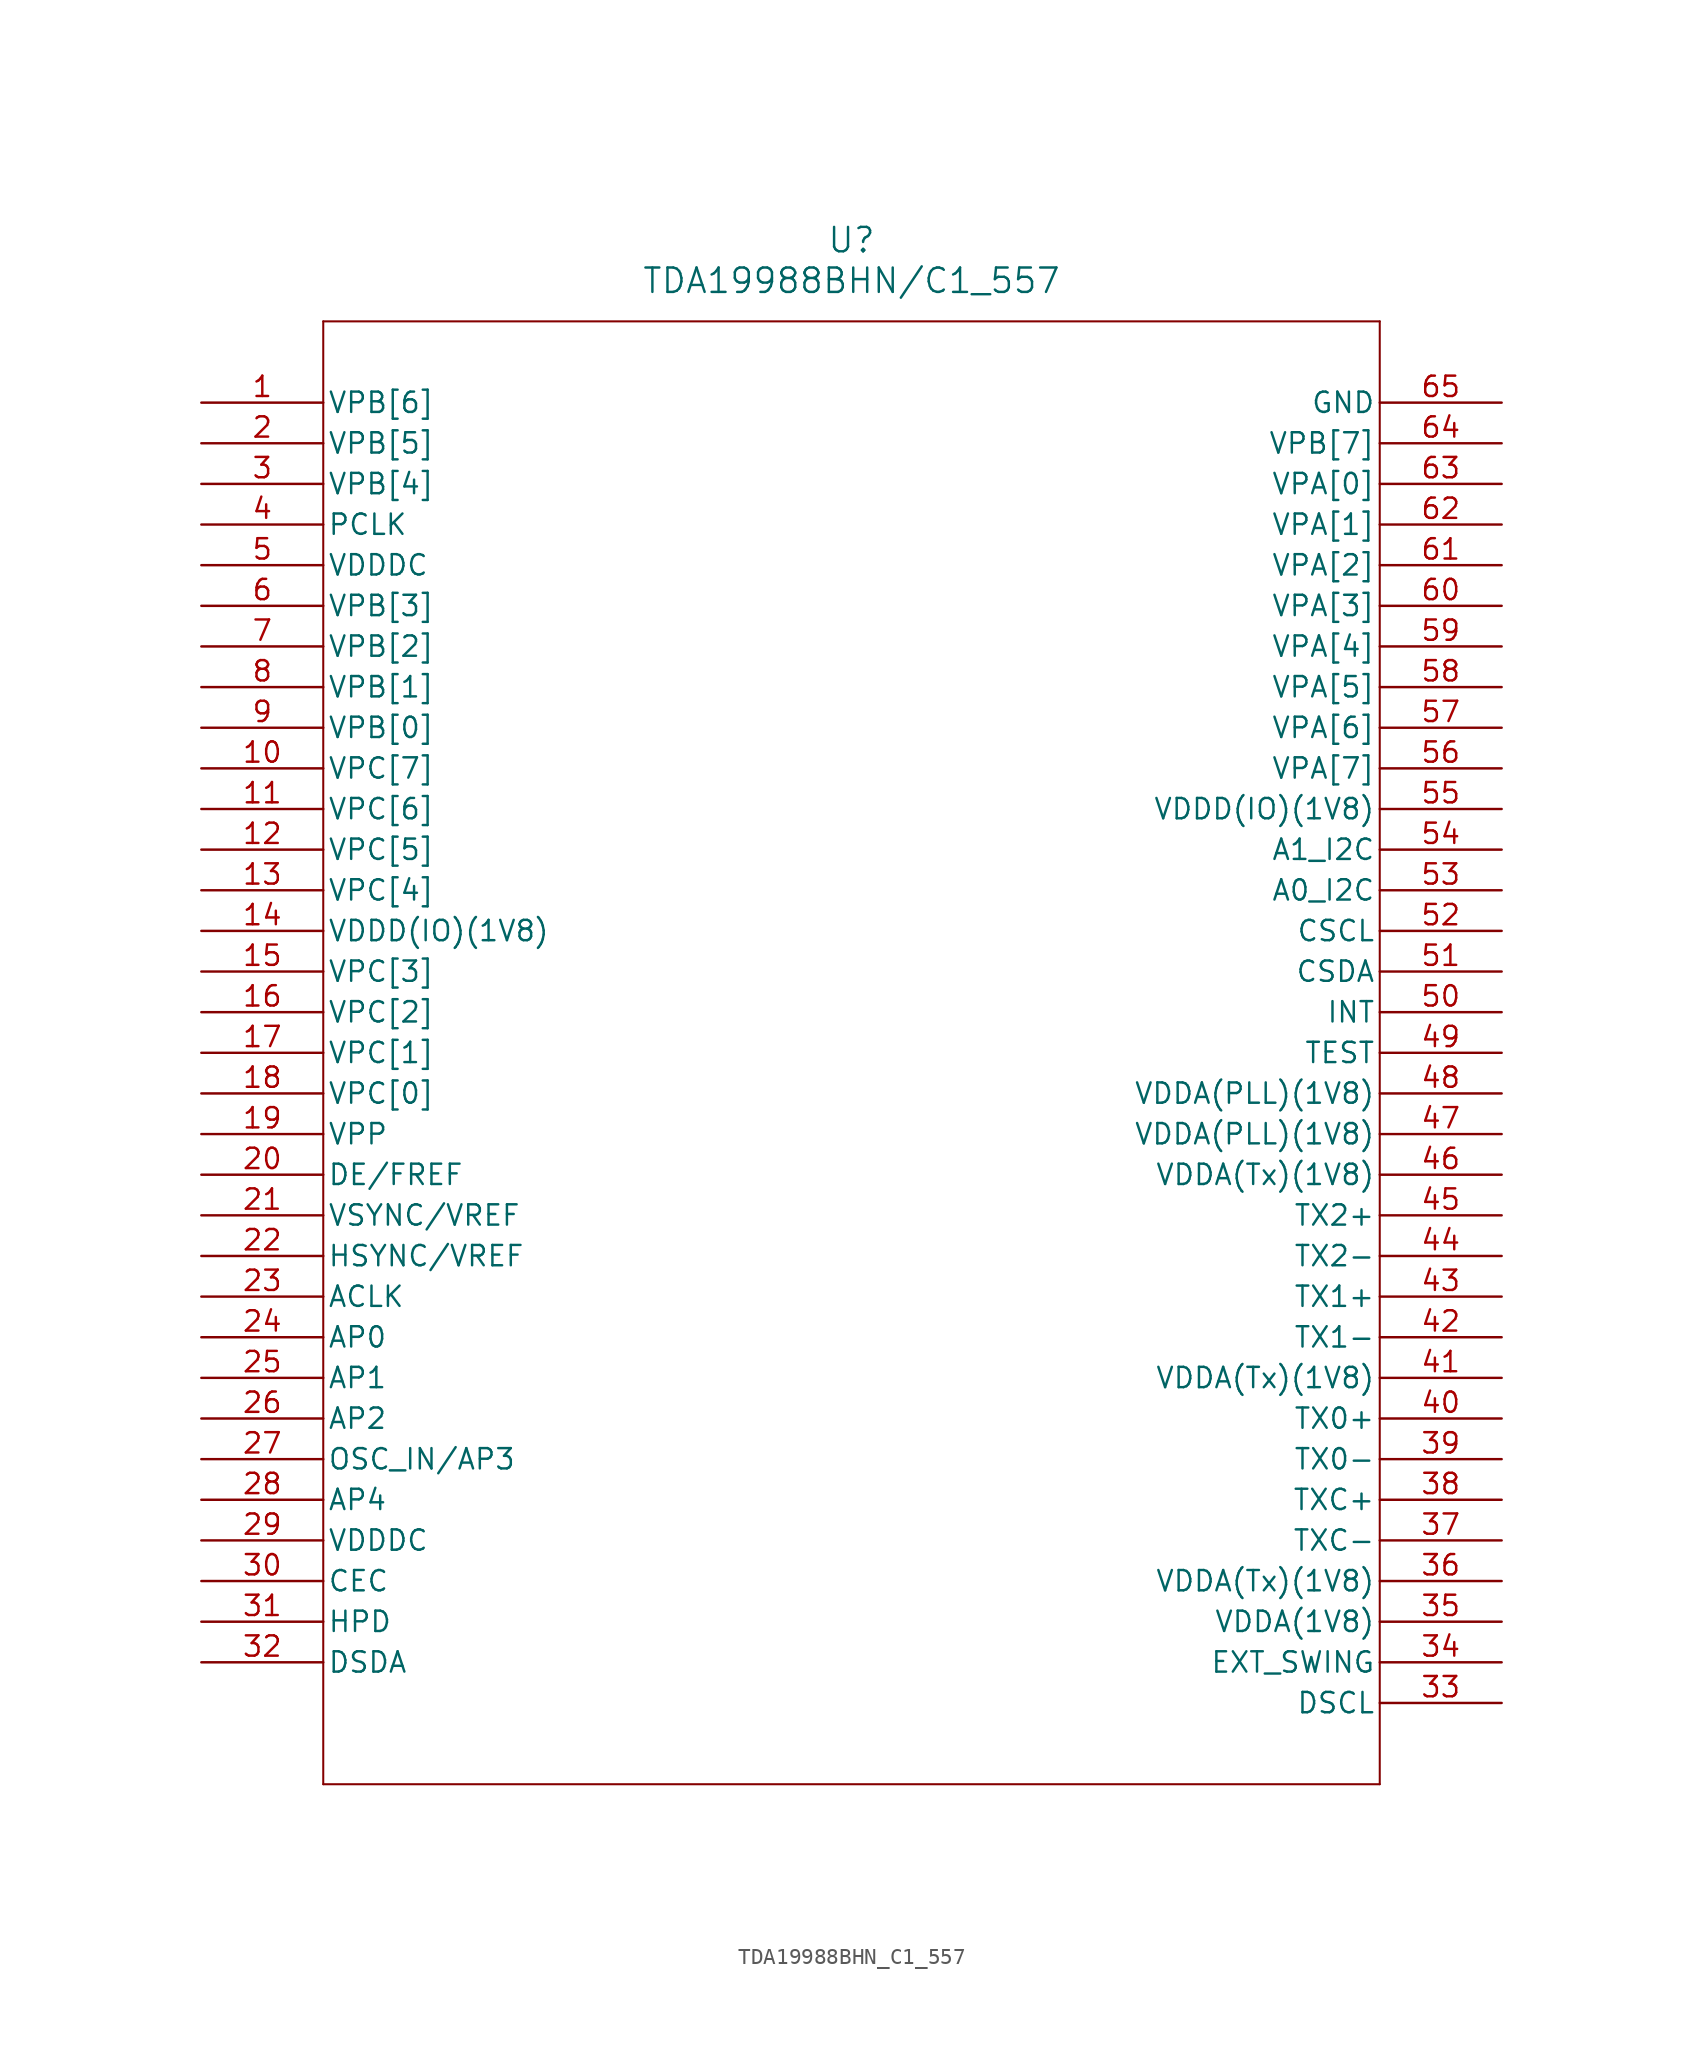
<source format=kicad_sym>
(kicad_symbol_lib
  (version 20211014)
  (generator kicad_symbol_editor)
  (symbol "TDA19988BHN_C1_557"
    (pin_names
      (offset 0.254))
    (property "Reference" "U"
      (at 40.64 10.16 0)
      (effects (font (size 1.524 1.524))))
    (property "Value" "TDA19988BHN/C1_557"
      (at 40.64 7.62 0)
      (effects (font (size 1.524 1.524))))
    (symbol "TDA19988BHN_C1_557_0_1"
      (polyline (pts (xy 7.62 5.08) (xy 7.62 -86.36)) (stroke (width 0.127) (type default) (color 0 0 0 0)) (fill (type none)))
      (polyline (pts (xy 7.62 -86.36) (xy 73.66 -86.36)) (stroke (width 0.127) (type default) (color 0 0 0 0)) (fill (type none)))
      (polyline (pts (xy 73.66 -86.36) (xy 73.66 5.08)) (stroke (width 0.127) (type default) (color 0 0 0 0)) (fill (type none)))
      (polyline (pts (xy 73.66 5.08) (xy 7.62 5.08)) (stroke (width 0.127) (type default) (color 0 0 0 0)) (fill (type none)))
      (pin input line (at 0 0 0) (length 7.62) (name "VPB[6]" (effects (font (size 1.27 1.27)))) (number "1" (effects (font (size 1.27 1.27)))))
      (pin input line (at 0 -2.54 0) (length 7.62) (name "VPB[5]" (effects (font (size 1.27 1.27)))) (number "2" (effects (font (size 1.27 1.27)))))
      (pin input line (at 0 -5.08 0) (length 7.62) (name "VPB[4]" (effects (font (size 1.27 1.27)))) (number "3" (effects (font (size 1.27 1.27)))))
      (pin input line (at 0 -7.62 0) (length 7.62) (name "PCLK" (effects (font (size 1.27 1.27)))) (number "4" (effects (font (size 1.27 1.27)))))
      (pin power_in line (at 0 -10.16 0) (length 7.62) (name "VDDDC" (effects (font (size 1.27 1.27)))) (number "5" (effects (font (size 1.27 1.27)))))
      (pin input line (at 0 -12.7 0) (length 7.62) (name "VPB[3]" (effects (font (size 1.27 1.27)))) (number "6" (effects (font (size 1.27 1.27)))))
      (pin input line (at 0 -15.24 0) (length 7.62) (name "VPB[2]" (effects (font (size 1.27 1.27)))) (number "7" (effects (font (size 1.27 1.27)))))
      (pin input line (at 0 -17.78 0) (length 7.62) (name "VPB[1]" (effects (font (size 1.27 1.27)))) (number "8" (effects (font (size 1.27 1.27)))))
      (pin input line (at 0 -20.32 0) (length 7.62) (name "VPB[0]" (effects (font (size 1.27 1.27)))) (number "9" (effects (font (size 1.27 1.27)))))
      (pin input line (at 0 -22.86 0) (length 7.62) (name "VPC[7]" (effects (font (size 1.27 1.27)))) (number "10" (effects (font (size 1.27 1.27)))))
      (pin input line (at 0 -25.4 0) (length 7.62) (name "VPC[6]" (effects (font (size 1.27 1.27)))) (number "11" (effects (font (size 1.27 1.27)))))
      (pin input line (at 0 -27.94 0) (length 7.62) (name "VPC[5]" (effects (font (size 1.27 1.27)))) (number "12" (effects (font (size 1.27 1.27)))))
      (pin input line (at 0 -30.48 0) (length 7.62) (name "VPC[4]" (effects (font (size 1.27 1.27)))) (number "13" (effects (font (size 1.27 1.27)))))
      (pin power_in line (at 0 -33.02 0) (length 7.62) (name "VDDD(IO)(1V8)" (effects (font (size 1.27 1.27)))) (number "14" (effects (font (size 1.27 1.27)))))
      (pin input line (at 0 -35.56 0) (length 7.62) (name "VPC[3]" (effects (font (size 1.27 1.27)))) (number "15" (effects (font (size 1.27 1.27)))))
      (pin input line (at 0 -38.1 0) (length 7.62) (name "VPC[2]" (effects (font (size 1.27 1.27)))) (number "16" (effects (font (size 1.27 1.27)))))
      (pin input line (at 0 -40.64 0) (length 7.62) (name "VPC[1]" (effects (font (size 1.27 1.27)))) (number "17" (effects (font (size 1.27 1.27)))))
      (pin input line (at 0 -43.18 0) (length 7.62) (name "VPC[0]" (effects (font (size 1.27 1.27)))) (number "18" (effects (font (size 1.27 1.27)))))
      (pin power_out line (at 0 -45.72 0) (length 7.62) (name "VPP" (effects (font (size 1.27 1.27)))) (number "19" (effects (font (size 1.27 1.27)))))
      (pin input line (at 0 -48.26 0) (length 7.62) (name "DE/FREF" (effects (font (size 1.27 1.27)))) (number "20" (effects (font (size 1.27 1.27)))))
      (pin input line (at 0 -50.8 0) (length 7.62) (name "VSYNC/VREF" (effects (font (size 1.27 1.27)))) (number "21" (effects (font (size 1.27 1.27)))))
      (pin input line (at 0 -53.34 0) (length 7.62) (name "HSYNC/VREF" (effects (font (size 1.27 1.27)))) (number "22" (effects (font (size 1.27 1.27)))))
      (pin input line (at 0 -55.88 0) (length 7.62) (name "ACLK" (effects (font (size 1.27 1.27)))) (number "23" (effects (font (size 1.27 1.27)))))
      (pin input line (at 0 -58.42 0) (length 7.62) (name "AP0" (effects (font (size 1.27 1.27)))) (number "24" (effects (font (size 1.27 1.27)))))
      (pin input line (at 0 -60.96 0) (length 7.62) (name "AP1" (effects (font (size 1.27 1.27)))) (number "25" (effects (font (size 1.27 1.27)))))
      (pin input line (at 0 -63.5 0) (length 7.62) (name "AP2" (effects (font (size 1.27 1.27)))) (number "26" (effects (font (size 1.27 1.27)))))
      (pin input line (at 0 -66.04 0) (length 7.62) (name "OSC_IN/AP3" (effects (font (size 1.27 1.27)))) (number "27" (effects (font (size 1.27 1.27)))))
      (pin input line (at 0 -68.58 0) (length 7.62) (name "AP4" (effects (font (size 1.27 1.27)))) (number "28" (effects (font (size 1.27 1.27)))))
      (pin power_in line (at 0 -71.12 0) (length 7.62) (name "VDDDC" (effects (font (size 1.27 1.27)))) (number "29" (effects (font (size 1.27 1.27)))))
      (pin bidirectional line (at 0 -73.66 0) (length 7.62) (name "CEC" (effects (font (size 1.27 1.27)))) (number "30" (effects (font (size 1.27 1.27)))))
      (pin input line (at 0 -76.2 0) (length 7.62) (name "HPD" (effects (font (size 1.27 1.27)))) (number "31" (effects (font (size 1.27 1.27)))))
      (pin bidirectional line (at 0 -78.74 0) (length 7.62) (name "DSDA" (effects (font (size 1.27 1.27)))) (number "32" (effects (font (size 1.27 1.27)))))
      (pin input line (at 81.28 -81.28 180) (length 7.62) (name "DSCL" (effects (font (size 1.27 1.27)))) (number "33" (effects (font (size 1.27 1.27)))))
      (pin output line (at 81.28 -78.74 180) (length 7.62) (name "EXT_SWING" (effects (font (size 1.27 1.27)))) (number "34" (effects (font (size 1.27 1.27)))))
      (pin power_in line (at 81.28 -76.2 180) (length 7.62) (name "VDDA(1V8)" (effects (font (size 1.27 1.27)))) (number "35" (effects (font (size 1.27 1.27)))))
      (pin power_in line (at 81.28 -73.66 180) (length 7.62) (name "VDDA(Tx)(1V8)" (effects (font (size 1.27 1.27)))) (number "36" (effects (font (size 1.27 1.27)))))
      (pin output line (at 81.28 -71.12 180) (length 7.62) (name "TXC-" (effects (font (size 1.27 1.27)))) (number "37" (effects (font (size 1.27 1.27)))))
      (pin output line (at 81.28 -68.58 180) (length 7.62) (name "TXC+" (effects (font (size 1.27 1.27)))) (number "38" (effects (font (size 1.27 1.27)))))
      (pin output line (at 81.28 -66.04 180) (length 7.62) (name "TX0-" (effects (font (size 1.27 1.27)))) (number "39" (effects (font (size 1.27 1.27)))))
      (pin output line (at 81.28 -63.5 180) (length 7.62) (name "TX0+" (effects (font (size 1.27 1.27)))) (number "40" (effects (font (size 1.27 1.27)))))
      (pin power_in line (at 81.28 -60.96 180) (length 7.62) (name "VDDA(Tx)(1V8)" (effects (font (size 1.27 1.27)))) (number "41" (effects (font (size 1.27 1.27)))))
      (pin output line (at 81.28 -58.42 180) (length 7.62) (name "TX1-" (effects (font (size 1.27 1.27)))) (number "42" (effects (font (size 1.27 1.27)))))
      (pin output line (at 81.28 -55.88 180) (length 7.62) (name "TX1+" (effects (font (size 1.27 1.27)))) (number "43" (effects (font (size 1.27 1.27)))))
      (pin output line (at 81.28 -53.34 180) (length 7.62) (name "TX2-" (effects (font (size 1.27 1.27)))) (number "44" (effects (font (size 1.27 1.27)))))
      (pin output line (at 81.28 -50.8 180) (length 7.62) (name "TX2+" (effects (font (size 1.27 1.27)))) (number "45" (effects (font (size 1.27 1.27)))))
      (pin power_in line (at 81.28 -48.26 180) (length 7.62) (name "VDDA(Tx)(1V8)" (effects (font (size 1.27 1.27)))) (number "46" (effects (font (size 1.27 1.27)))))
      (pin power_in line (at 81.28 -45.72 180) (length 7.62) (name "VDDA(PLL)(1V8)" (effects (font (size 1.27 1.27)))) (number "47" (effects (font (size 1.27 1.27)))))
      (pin power_in line (at 81.28 -43.18 180) (length 7.62) (name "VDDA(PLL)(1V8)" (effects (font (size 1.27 1.27)))) (number "48" (effects (font (size 1.27 1.27)))))
      (pin unspecified line (at 81.28 -40.64 180) (length 7.62) (name "TEST" (effects (font (size 1.27 1.27)))) (number "49" (effects (font (size 1.27 1.27)))))
      (pin bidirectional line (at 81.28 -38.1 180) (length 7.62) (name "INT" (effects (font (size 1.27 1.27)))) (number "50" (effects (font (size 1.27 1.27)))))
      (pin bidirectional line (at 81.28 -35.56 180) (length 7.62) (name "CSDA" (effects (font (size 1.27 1.27)))) (number "51" (effects (font (size 1.27 1.27)))))
      (pin input line (at 81.28 -33.02 180) (length 7.62) (name "CSCL" (effects (font (size 1.27 1.27)))) (number "52" (effects (font (size 1.27 1.27)))))
      (pin input line (at 81.28 -30.48 180) (length 7.62) (name "A0_I2C" (effects (font (size 1.27 1.27)))) (number "53" (effects (font (size 1.27 1.27)))))
      (pin input line (at 81.28 -27.94 180) (length 7.62) (name "A1_I2C" (effects (font (size 1.27 1.27)))) (number "54" (effects (font (size 1.27 1.27)))))
      (pin power_in line (at 81.28 -25.4 180) (length 7.62) (name "VDDD(IO)(1V8)" (effects (font (size 1.27 1.27)))) (number "55" (effects (font (size 1.27 1.27)))))
      (pin input line (at 81.28 -22.86 180) (length 7.62) (name "VPA[7]" (effects (font (size 1.27 1.27)))) (number "56" (effects (font (size 1.27 1.27)))))
      (pin input line (at 81.28 -20.32 180) (length 7.62) (name "VPA[6]" (effects (font (size 1.27 1.27)))) (number "57" (effects (font (size 1.27 1.27)))))
      (pin input line (at 81.28 -17.78 180) (length 7.62) (name "VPA[5]" (effects (font (size 1.27 1.27)))) (number "58" (effects (font (size 1.27 1.27)))))
      (pin input line (at 81.28 -15.24 180) (length 7.62) (name "VPA[4]" (effects (font (size 1.27 1.27)))) (number "59" (effects (font (size 1.27 1.27)))))
      (pin input line (at 81.28 -12.7 180) (length 7.62) (name "VPA[3]" (effects (font (size 1.27 1.27)))) (number "60" (effects (font (size 1.27 1.27)))))
      (pin input line (at 81.28 -10.16 180) (length 7.62) (name "VPA[2]" (effects (font (size 1.27 1.27)))) (number "61" (effects (font (size 1.27 1.27)))))
      (pin input line (at 81.28 -7.62 180) (length 7.62) (name "VPA[1]" (effects (font (size 1.27 1.27)))) (number "62" (effects (font (size 1.27 1.27)))))
      (pin input line (at 81.28 -5.08 180) (length 7.62) (name "VPA[0]" (effects (font (size 1.27 1.27)))) (number "63" (effects (font (size 1.27 1.27)))))
      (pin input line (at 81.28 -2.54 180) (length 7.62) (name "VPB[7]" (effects (font (size 1.27 1.27)))) (number "64" (effects (font (size 1.27 1.27)))))
      (pin power_out line (at 81.28 0 180) (length 7.62) (name "GND" (effects (font (size 1.27 1.27)))) (number "65" (effects (font (size 1.27 1.27))))))))
</source>
